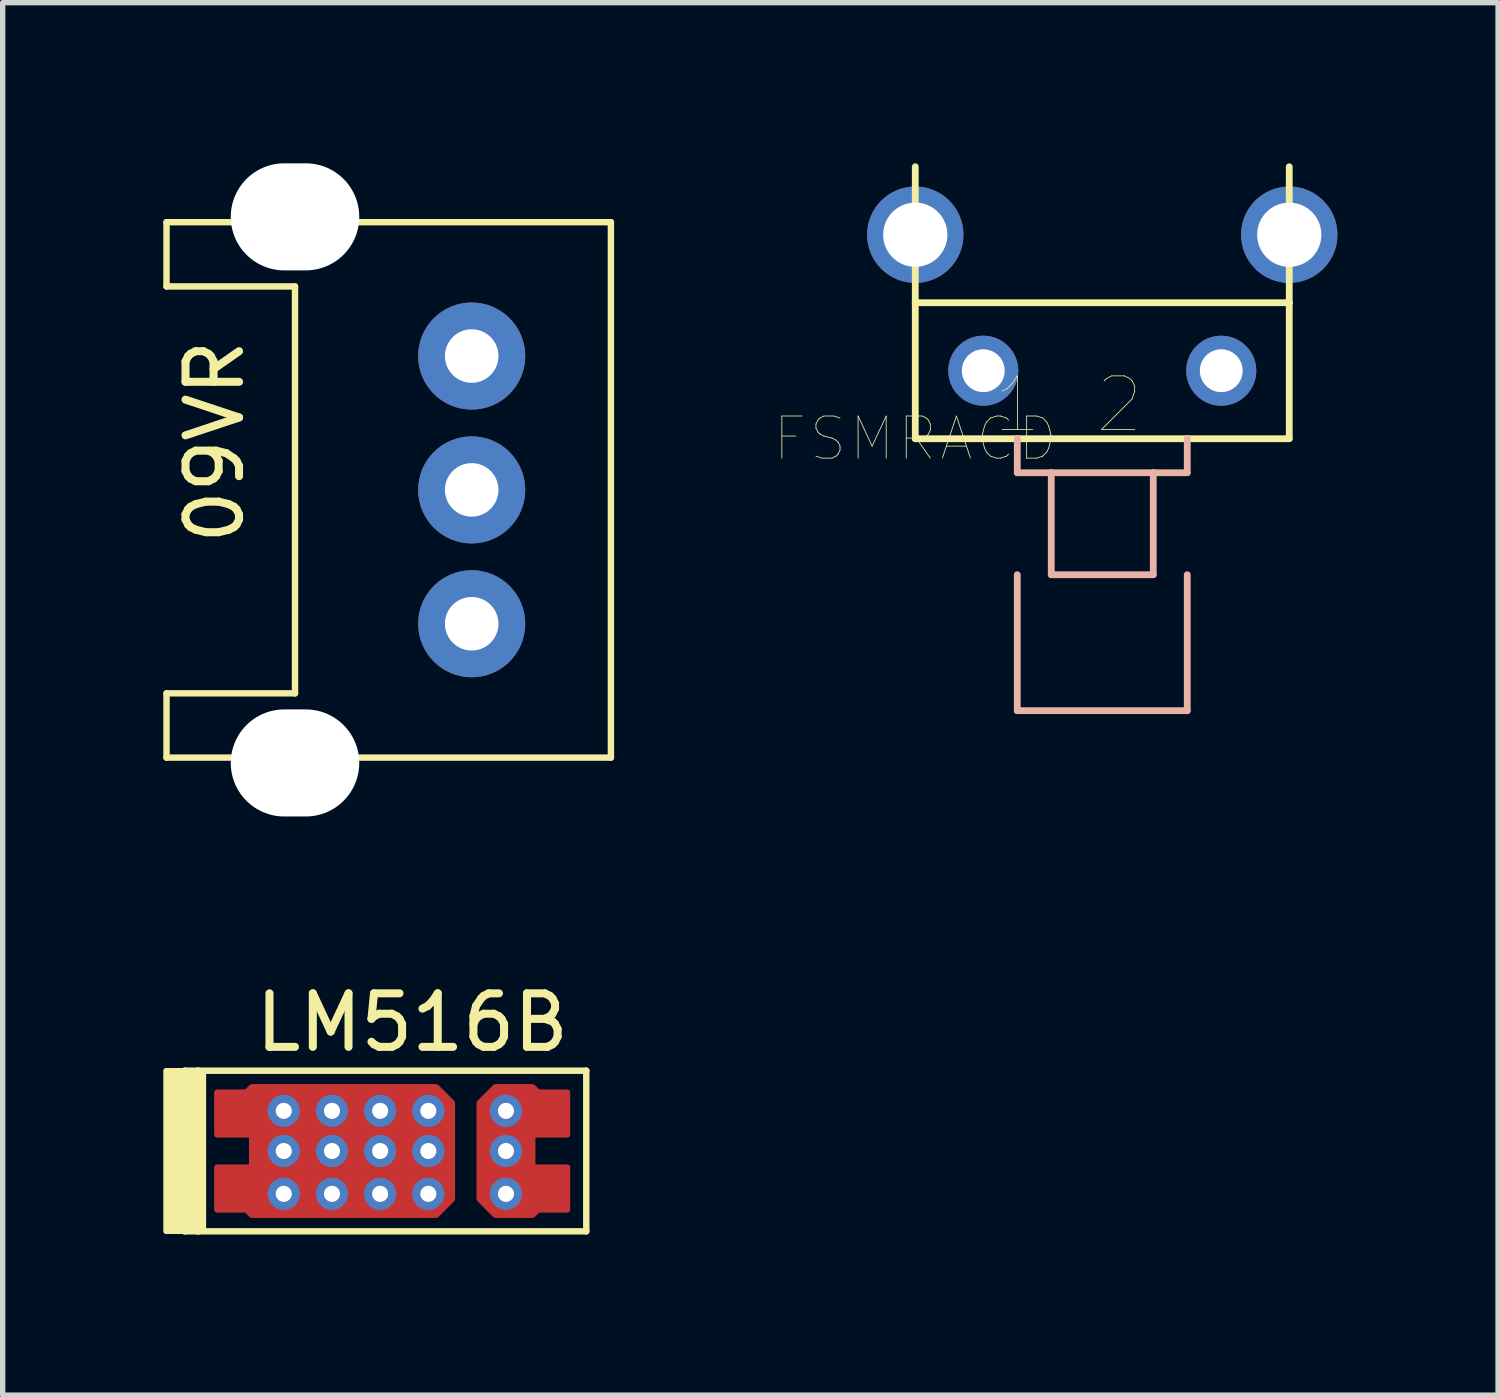
<source format=kicad_pcb>
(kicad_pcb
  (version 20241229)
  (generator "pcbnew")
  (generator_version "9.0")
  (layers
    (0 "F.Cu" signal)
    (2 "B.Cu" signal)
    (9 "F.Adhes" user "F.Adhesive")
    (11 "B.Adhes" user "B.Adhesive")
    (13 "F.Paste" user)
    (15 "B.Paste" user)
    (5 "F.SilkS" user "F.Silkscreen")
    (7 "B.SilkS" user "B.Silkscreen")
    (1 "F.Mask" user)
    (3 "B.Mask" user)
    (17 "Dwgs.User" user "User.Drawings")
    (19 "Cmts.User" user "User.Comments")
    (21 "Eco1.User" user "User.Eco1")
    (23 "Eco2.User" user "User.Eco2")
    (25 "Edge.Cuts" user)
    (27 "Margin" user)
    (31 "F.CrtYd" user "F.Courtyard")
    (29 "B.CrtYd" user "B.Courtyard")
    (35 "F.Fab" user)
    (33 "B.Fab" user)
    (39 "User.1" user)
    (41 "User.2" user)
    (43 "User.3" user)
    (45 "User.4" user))
  (footprint "FSMRACD"
    (layer "F.Cu")
    (at 14.045 5.144)
    (property "Reference" "FSMRACD" (at 0 0 0) (layer "F.SilkS") (effects (font (size 0.787 0.787) (thickness 0.015))))
    (attr through_hole)
    (fp_line (start 0 -5.08) (end 0 -2.54) (stroke (width 0.127) (type solid)) (layer "F.SilkS"))
    (fp_line (start 0 -2.54) (end 0 0) (stroke (width 0.127) (type solid)) (layer "F.SilkS"))
    (fp_line (start 0 -2.54) (end 6.985 -2.54) (stroke (width 0.127) (type solid)) (layer "F.SilkS"))
    (fp_line (start 0 0) (end 1.905 0) (stroke (width 0.127) (type solid)) (layer "F.SilkS"))
    (fp_line (start 5.08 0) (end 1.905 0) (stroke (width 0.127) (type solid)) (layer "F.SilkS"))
    (fp_line (start 5.08 0) (end 6.985 0) (stroke (width 0.127) (type solid)) (layer "F.SilkS"))
    (fp_line (start 6.985 -2.54) (end 6.985 -5.08) (stroke (width 0.127) (type solid)) (layer "F.SilkS"))
    (fp_line (start 6.985 0) (end 6.985 -2.54) (stroke (width 0.127) (type solid)) (layer "F.SilkS"))
    (fp_line (start 1.905 0) (end 1.905 0.635) (stroke (width 0.127) (type solid)) (layer "B.SilkS"))
    (fp_line (start 1.905 0.635) (end 2.54 0.635) (stroke (width 0.127) (type solid)) (layer "B.SilkS"))
    (fp_line (start 1.905 2.54) (end 1.905 5.08) (stroke (width 0.127) (type solid)) (layer "B.SilkS"))
    (fp_line (start 1.905 5.08) (end 5.08 5.08) (stroke (width 0.127) (type solid)) (layer "B.SilkS"))
    (fp_line (start 2.54 0.635) (end 2.54 2.54) (stroke (width 0.127) (type solid)) (layer "B.SilkS"))
    (fp_line (start 2.54 0.635) (end 4.445 0.635) (stroke (width 0.127) (type solid)) (layer "B.SilkS"))
    (fp_line (start 2.54 2.54) (end 4.445 2.54) (stroke (width 0.127) (type solid)) (layer "B.SilkS"))
    (fp_line (start 4.445 2.54) (end 4.445 0.635) (stroke (width 0.127) (type solid)) (layer "B.SilkS"))
    (fp_line (start 5.08 0.635) (end 4.445 0.635) (stroke (width 0.127) (type solid)) (layer "B.SilkS"))
    (fp_line (start 5.08 0.635) (end 5.08 0) (stroke (width 0.127) (type solid)) (layer "B.SilkS"))
    (fp_line (start 5.08 5.08) (end 5.08 2.54) (stroke (width 0.127) (type solid)) (layer "B.SilkS"))
    (fp_text user "2" (at 3.812 -0.635 0) (layer "F.SilkS") (effects (font (size 1.001 1.001) (thickness 0.015))))
    (fp_text user "1" (at 1.908 -0.636 0) (layer "F.SilkS") (effects (font (size 1.002 1.002) (thickness 0.015))))
    (pad "GND1" thru_hole circle (at 0 -3.81) (size 1.8 1.8) (drill 1.2) (layers "*.Cu" "*.Mask"))
    (pad "GND2" thru_hole circle (at 6.985 -3.81) (size 1.8 1.8) (drill 1.2) (layers "*.Cu" "*.Mask"))
    (pad "P$1" thru_hole circle (at 1.27 -1.27) (size 1.308 1.308) (drill 0.8) (layers "*.Cu" "*.Mask"))
    (pad "P$2" thru_hole circle (at 5.715 -1.27) (size 1.308 1.308) (drill 0.8) (layers "*.Cu" "*.Mask")))
  (footprint "09VR"
    (layer "F.Cu")
    (at 2.46 6.1)
    (property "Reference" "09VR" (at -1.5 -0.9 270) (layer "F.SilkS") (effects (font (size 1 1) (thickness 0.15))))
    (attr through_hole)
    (fp_line (start -2.4 -5) (end -2.4 -3.8) (stroke (width 0.12) (type solid)) (layer "F.SilkS"))
    (fp_line (start -2.4 -5) (end 5.9 -5) (stroke (width 0.12) (type solid)) (layer "F.SilkS"))
    (fp_line (start -2.4 -3.8) (end 0 -3.8) (stroke (width 0.12) (type solid)) (layer "F.SilkS"))
    (fp_line (start -2.4 5) (end -2.4 3.8) (stroke (width 0.12) (type solid)) (layer "F.SilkS"))
    (fp_line (start 0 -3.8) (end 0 3.8) (stroke (width 0.12) (type solid)) (layer "F.SilkS"))
    (fp_line (start 0 3.8) (end -2.4 3.8) (stroke (width 0.12) (type solid)) (layer "F.SilkS"))
    (fp_line (start 5.9 -5) (end 5.9 5) (stroke (width 0.12) (type solid)) (layer "F.SilkS"))
    (fp_line (start 5.9 5) (end -2.4 5) (stroke (width 0.12) (type solid)) (layer "F.SilkS"))
    (pad "" np_thru_hole oval (at 0 -5.1) (size 2.4 2) (drill oval 2.4 2) (layers "*.Cu" "*.Mask"))
    (pad "" np_thru_hole oval (at 0 5.1) (size 2.4 2) (drill oval 2.4 2) (layers "*.Cu" "*.Mask"))
    (pad "1" thru_hole circle (at 3.3 2.5) (size 2 2) (drill 1) (layers "*.Cu" "*.Mask"))
    (pad "2" thru_hole circle (at 3.3 0) (size 2 2) (drill 1) (layers "*.Cu" "*.Mask"))
    (pad "3" thru_hole circle (at 3.3 -2.5) (size 2 2) (drill 1) (layers "*.Cu" "*.Mask")))
  (footprint "LM516B"
    (layer "F.Cu")
    (at 4.65 18.448)
    (property "Reference" "LM516B" (at 0 -2.4 0) (layer "F.SilkS") (effects (font (size 1 1) (thickness 0.15))))
    (attr through_hole)
    (fp_line (start -4.25 -1.5) (end -4.25 1.5) (stroke (width 0.12) (type solid)) (layer "F.SilkS"))
    (fp_line (start -4.25 1.5) (end -4 1.5) (stroke (width 0.12) (type solid)) (layer "F.SilkS"))
    (fp_line (start -4 -1.5) (end -4.25 -1.5) (stroke (width 0.12) (type solid)) (layer "F.SilkS"))
    (fp_line (start -4 -1.5) (end 3.25 -1.5) (stroke (width 0.12) (type solid)) (layer "F.SilkS"))
    (fp_line (start -4 1.5) (end -4 -1.5) (stroke (width 0.12) (type solid)) (layer "F.SilkS"))
    (fp_line (start 3.25 -1.5) (end 3.25 1.5) (stroke (width 0.12) (type solid)) (layer "F.SilkS"))
    (fp_line (start 3.25 1.5) (end -4 1.5) (stroke (width 0.12) (type solid)) (layer "F.SilkS"))
    (fp_poly (pts (xy -3.9 1.5) (xy -4.6 1.5) (xy -4.6 -1.5) (xy -3.9 -1.5)) (stroke (width 0.1) (type solid)) (fill yes) (layer "F.SilkS"))
    (pad "1" thru_hole circle (at -2.4 -0.75) (size 0.6 0.6) (drill 0.3) (layers "*.Cu" "*.Mask"))
    (pad "1" thru_hole circle (at -2.4 0) (size 0.6 0.6) (drill 0.3) (layers "*.Cu" "*.Mask"))
    (pad "1" thru_hole circle (at -2.4 0.8) (size 0.6 0.6) (drill 0.3) (layers "*.Cu" "*.Mask"))
    (pad "1" thru_hole circle (at -1.5 -0.75) (size 0.6 0.6) (drill 0.3) (layers "*.Cu" "*.Mask"))
    (pad "1" thru_hole circle (at -1.5 0) (size 0.6 0.6) (drill 0.3) (layers "*.Cu" "*.Mask"))
    (pad "1" thru_hole circle (at -1.5 0.8) (size 0.6 0.6) (drill 0.3) (layers "*.Cu" "*.Mask"))
    (pad "1" smd custom (at -1.35 0) (size 3 2) (layers "F.Cu" "F.Mask" "F.Paste") (options (anchor rect)) (primitives (gr_poly (pts (xy 2.1 -0.9) (xy 2.1 0.9) (xy 1.8 1.2) (xy -1.65 1.2) (xy -1.75 1.1) (xy -2.3 1.1) (xy -2.3 0.3) (xy -1.65 0.3) (xy -1.65 -0.3) (xy -2.3 -0.3) (xy -2.3 -1.1) (xy -1.75 -1.1) (xy -1.65 -1.2) (xy 1.8 -1.2)) (width 0.1) (fill yes))))
    (pad "1" thru_hole circle (at -0.6 -0.75) (size 0.6 0.6) (drill 0.3) (layers "*.Cu" "*.Mask"))
    (pad "1" thru_hole circle (at -0.6 0) (size 0.6 0.6) (drill 0.3) (layers "*.Cu" "*.Mask"))
    (pad "1" thru_hole circle (at -0.6 0.8) (size 0.6 0.6) (drill 0.3) (layers "*.Cu" "*.Mask"))
    (pad "1" thru_hole circle (at 0.3 -0.75) (size 0.6 0.6) (drill 0.3) (layers "*.Cu" "*.Mask"))
    (pad "1" thru_hole circle (at 0.3 0) (size 0.6 0.6) (drill 0.3) (layers "*.Cu" "*.Mask"))
    (pad "1" thru_hole circle (at 0.3 0.8) (size 0.6 0.6) (drill 0.3) (layers "*.Cu" "*.Mask"))
    (pad "1" thru_hole circle (at 1.75 -0.75) (size 0.6 0.6) (drill 0.3) (layers "*.Cu" "*.Mask"))
    (pad "1" thru_hole circle (at 1.75 0) (size 0.6 0.6) (drill 0.3) (layers "*.Cu" "*.Mask"))
    (pad "1" thru_hole circle (at 1.75 0.8) (size 0.6 0.6) (drill 0.3) (layers "*.Cu" "*.Mask"))
    (pad "1" smd custom (at 1.8 0) (size 1 1.8) (layers "F.Cu" "F.Mask" "F.Paste") (options (anchor rect)) (primitives (gr_poly (pts (xy 0.55 -1.1) (xy 1.1 -1.1) (xy 1.1 -0.3) (xy 0.45 -0.3) (xy 0.45 0.3) (xy 1.1 0.3) (xy 1.1 1.1) (xy 0.55 1.1) (xy 0.45 1.2) (xy -0.25 1.2) (xy -0.55 0.9) (xy -0.55 -0.9) (xy -0.25 -1.2) (xy 0.45 -1.2)) (width 0.1) (fill yes)))))
  (gr_rect
    (start -3 -3)
    (end 24.93 23.008)
    (stroke (width 0.1) (type default))
    (fill no)
    (layer "Edge.Cuts")))
</source>
